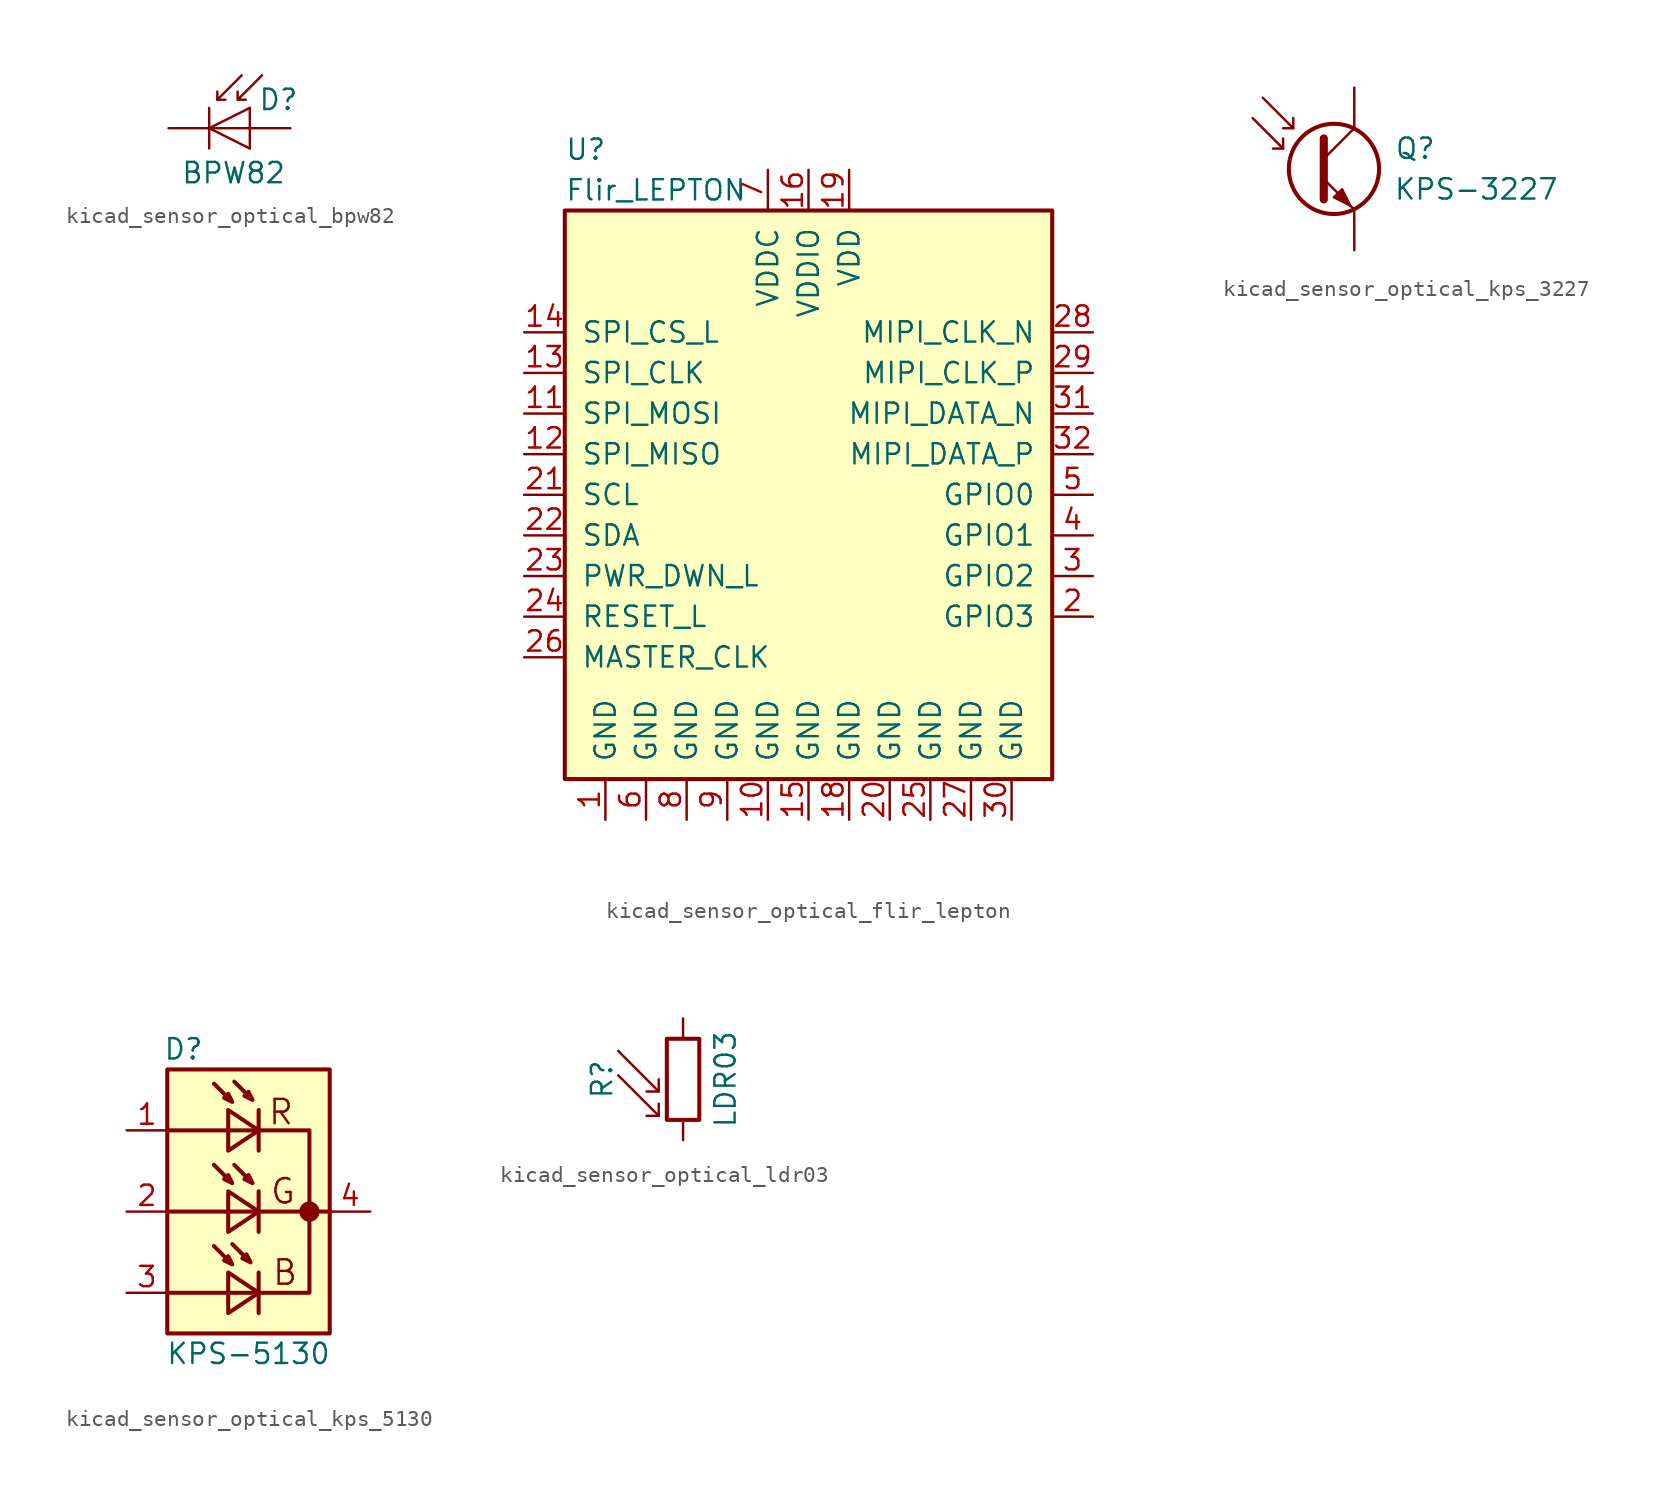
<source format=kicad_sym>
(kicad_symbol_lib
  (version 20220914)
  (generator kicad_symbol_editor)
  (symbol "kicad_sensor_optical_bpw82"
    (pin_numbers hide)
    (pin_names hide)
    (property "Reference" "D"
      (at 0.508 1.778 0)
      (effects (font (size 1.27 1.27)) (justify left)))
    (property "Value" "BPW82"
      (at -1.016 -2.794 0)
      (effects (font (size 1.27 1.27))))
    (symbol "kicad_sensor_optical_bpw82_0_1"
      (polyline (pts (xy -2.54 1.27) (xy -2.54 -1.27)) (stroke (width 0.152) (type default)) (fill (type none)))
      (polyline (pts (xy -2.032 1.778) (xy -1.524 1.778)) (stroke (width 0) (type default)) (fill (type none)))
      (polyline (pts (xy 0 0) (xy -2.54 0)) (stroke (width 0) (type default)) (fill (type none)))
      (polyline (pts (xy 0 1.27) (xy 0 -1.27)) (stroke (width 0) (type default)) (fill (type none)))
      (polyline (pts (xy -0.508 3.302) (xy -2.032 1.778) (xy -2.032 2.286)) (stroke (width 0) (type default)) (fill (type none)))
      (polyline (pts (xy 0 1.27) (xy -2.54 0) (xy 0 -1.27)) (stroke (width 0) (type default)) (fill (type none)))
      (polyline (pts (xy 0.762 3.302) (xy -0.762 1.778) (xy -0.762 2.286) (xy -0.762 1.778) (xy -0.254 1.778)) (stroke (width 0) (type default)) (fill (type none))))
    (symbol "kicad_sensor_optical_bpw82_1_1"
      (pin passive line (at -5.08 0 0) (length 2.54) (name "K" (effects (font (size 1.27 1.27)))) (number "1" (effects (font (size 1.27 1.27)))))
      (pin passive line (at 2.54 0 180) (length 2.54) (name "A" (effects (font (size 1.27 1.27)))) (number "2" (effects (font (size 1.27 1.27)))))))
  (symbol "kicad_sensor_optical_flir_lepton"
    (pin_names
      (offset 1.016))
    (property "Reference" "U"
      (at -15.24 21.59 0)
      (effects (font (size 1.27 1.27)) (justify left)))
    (property "Value" "Flir_LEPTON"
      (at -15.24 19.05 0)
      (effects (font (size 1.27 1.27)) (justify left)))
    (symbol "kicad_sensor_optical_flir_lepton_0_1"
      (rectangle (start -15.24 17.78) (end 15.24 -17.78) (stroke (width 0.254) (type default)) (fill (type background))))
    (symbol "kicad_sensor_optical_flir_lepton_1_1"
      (pin power_in line (at -12.7 -20.32 90) (length 2.54) (name "GND" (effects (font (size 1.27 1.27)))) (number "1" (effects (font (size 1.27 1.27)))))
      (pin power_in line (at -2.54 -20.32 90) (length 2.54) (name "GND" (effects (font (size 1.27 1.27)))) (number "10" (effects (font (size 1.27 1.27)))))
      (pin input line (at -17.78 5.08 0) (length 2.54) (name "SPI_MOSI" (effects (font (size 1.27 1.27)))) (number "11" (effects (font (size 1.27 1.27)))))
      (pin output line (at -17.78 2.54 0) (length 2.54) (name "SPI_MISO" (effects (font (size 1.27 1.27)))) (number "12" (effects (font (size 1.27 1.27)))))
      (pin input line (at -17.78 7.62 0) (length 2.54) (name "SPI_CLK" (effects (font (size 1.27 1.27)))) (number "13" (effects (font (size 1.27 1.27)))))
      (pin input line (at -17.78 10.16 0) (length 2.54) (name "SPI_CS_L" (effects (font (size 1.27 1.27)))) (number "14" (effects (font (size 1.27 1.27)))))
      (pin power_in line (at 0 -20.32 90) (length 2.54) (name "GND" (effects (font (size 1.27 1.27)))) (number "15" (effects (font (size 1.27 1.27)))))
      (pin power_in line (at 0 20.32 270) (length 2.54) (name "VDDIO" (effects (font (size 1.27 1.27)))) (number "16" (effects (font (size 1.27 1.27)))))
      (pin no_connect line (at 15.24 -10.16 180) (length 2.54) hide (name "NC" (effects (font (size 1.27 1.27)))) (number "17" (effects (font (size 1.27 1.27)))))
      (pin power_in line (at 2.54 -20.32 90) (length 2.54) (name "GND" (effects (font (size 1.27 1.27)))) (number "18" (effects (font (size 1.27 1.27)))))
      (pin power_in line (at 2.54 20.32 270) (length 2.54) (name "VDD" (effects (font (size 1.27 1.27)))) (number "19" (effects (font (size 1.27 1.27)))))
      (pin bidirectional line (at 17.78 -7.62 180) (length 2.54) (name "GPIO3" (effects (font (size 1.27 1.27)))) (number "2" (effects (font (size 1.27 1.27)))))
      (pin power_in line (at 5.08 -20.32 90) (length 2.54) (name "GND" (effects (font (size 1.27 1.27)))) (number "20" (effects (font (size 1.27 1.27)))))
      (pin input line (at -17.78 0 0) (length 2.54) (name "SCL" (effects (font (size 1.27 1.27)))) (number "21" (effects (font (size 1.27 1.27)))))
      (pin bidirectional line (at -17.78 -2.54 0) (length 2.54) (name "SDA" (effects (font (size 1.27 1.27)))) (number "22" (effects (font (size 1.27 1.27)))))
      (pin input line (at -17.78 -5.08 0) (length 2.54) (name "PWR_DWN_L" (effects (font (size 1.27 1.27)))) (number "23" (effects (font (size 1.27 1.27)))))
      (pin input line (at -17.78 -7.62 0) (length 2.54) (name "RESET_L" (effects (font (size 1.27 1.27)))) (number "24" (effects (font (size 1.27 1.27)))))
      (pin power_in line (at 7.62 -20.32 90) (length 2.54) (name "GND" (effects (font (size 1.27 1.27)))) (number "25" (effects (font (size 1.27 1.27)))))
      (pin input line (at -17.78 -10.16 0) (length 2.54) (name "MASTER_CLK" (effects (font (size 1.27 1.27)))) (number "26" (effects (font (size 1.27 1.27)))))
      (pin power_in line (at 10.16 -20.32 90) (length 2.54) (name "GND" (effects (font (size 1.27 1.27)))) (number "27" (effects (font (size 1.27 1.27)))))
      (pin output line (at 17.78 10.16 180) (length 2.54) (name "MIPI_CLK_N" (effects (font (size 1.27 1.27)))) (number "28" (effects (font (size 1.27 1.27)))))
      (pin output line (at 17.78 7.62 180) (length 2.54) (name "MIPI_CLK_P" (effects (font (size 1.27 1.27)))) (number "29" (effects (font (size 1.27 1.27)))))
      (pin bidirectional line (at 17.78 -5.08 180) (length 2.54) (name "GPIO2" (effects (font (size 1.27 1.27)))) (number "3" (effects (font (size 1.27 1.27)))))
      (pin power_in line (at 12.7 -20.32 90) (length 2.54) (name "GND" (effects (font (size 1.27 1.27)))) (number "30" (effects (font (size 1.27 1.27)))))
      (pin output line (at 17.78 5.08 180) (length 2.54) (name "MIPI_DATA_N" (effects (font (size 1.27 1.27)))) (number "31" (effects (font (size 1.27 1.27)))))
      (pin output line (at 17.78 2.54 180) (length 2.54) (name "MIPI_DATA_P" (effects (font (size 1.27 1.27)))) (number "32" (effects (font (size 1.27 1.27)))))
      (pin bidirectional line (at 17.78 -2.54 180) (length 2.54) (name "GPIO1" (effects (font (size 1.27 1.27)))) (number "4" (effects (font (size 1.27 1.27)))))
      (pin bidirectional line (at 17.78 0 180) (length 2.54) (name "GPIO0" (effects (font (size 1.27 1.27)))) (number "5" (effects (font (size 1.27 1.27)))))
      (pin power_in line (at -10.16 -20.32 90) (length 2.54) (name "GND" (effects (font (size 1.27 1.27)))) (number "6" (effects (font (size 1.27 1.27)))))
      (pin power_in line (at -2.54 20.32 270) (length 2.54) (name "VDDC" (effects (font (size 1.27 1.27)))) (number "7" (effects (font (size 1.27 1.27)))))
      (pin power_in line (at -7.62 -20.32 90) (length 2.54) (name "GND" (effects (font (size 1.27 1.27)))) (number "8" (effects (font (size 1.27 1.27)))))
      (pin power_in line (at -5.08 -20.32 90) (length 2.54) (name "GND" (effects (font (size 1.27 1.27)))) (number "9" (effects (font (size 1.27 1.27)))))))
  (symbol "kicad_sensor_optical_kps_3227"
    (pin_numbers hide)
    (property "Reference" "Q"
      (at 3.81 1.27 0)
      (effects (font (size 1.27 1.27))))
    (property "Value" "KPS-3227"
      (at 7.62 -1.27 0)
      (effects (font (size 1.27 1.27))))
    (symbol "kicad_sensor_optical_kps_3227_1_1"
      (circle (center -1.27 0) (radius 2.819) (stroke (width 0.254) (type default)) (fill (type none)))
      (polyline (pts (xy -4.445 1.27) (xy -5.08 1.27)) (stroke (width 0) (type default)) (fill (type none)))
      (polyline (pts (xy -3.81 2.54) (xy -4.445 2.54)) (stroke (width 0) (type default)) (fill (type none)))
      (polyline (pts (xy -1.905 0.635) (xy 0 2.54)) (stroke (width 0) (type default)) (fill (type none)))
      (polyline (pts (xy -6.35 3.175) (xy -4.445 1.27) (xy -4.445 1.905)) (stroke (width 0) (type default)) (fill (type none)))
      (polyline (pts (xy -5.715 4.445) (xy -3.81 2.54) (xy -3.81 3.175)) (stroke (width 0) (type default)) (fill (type none)))
      (polyline (pts (xy -1.905 -0.635) (xy 0 -2.54) (xy 0 -2.54)) (stroke (width 0) (type default)) (fill (type none)))
      (polyline (pts (xy -1.905 1.905) (xy -1.905 -1.905) (xy -1.905 -1.905)) (stroke (width 0.508) (type default)) (fill (type none)))
      (polyline (pts (xy -1.27 -1.778) (xy -0.762 -1.27) (xy -0.254 -2.286) (xy -1.27 -1.778) (xy -1.27 -1.778)) (stroke (width 0) (type default)) (fill (type outline)))
      (pin passive line (at 0 5.08 270) (length 2.54) (name "~" (effects (font (size 1.27 1.27)))) (number "1" (effects (font (size 1.27 1.27)))))
      (pin passive line (at 0 -5.08 90) (length 2.54) (name "~" (effects (font (size 1.27 1.27)))) (number "2" (effects (font (size 1.27 1.27)))))
      (pin passive line (at 0 5.08 270) (length 2.54) hide (name "~" (effects (font (size 1.27 1.27)))) (number "3" (effects (font (size 1.27 1.27)))))
      (pin passive line (at 0 -5.08 90) (length 2.54) hide (name "~" (effects (font (size 1.27 1.27)))) (number "4" (effects (font (size 1.27 1.27)))))))
  (symbol "kicad_sensor_optical_kps_5130"
    (pin_names hide)
    (property "Reference" "D"
      (at -4.064 10.16 0)
      (effects (font (size 1.27 1.27))))
    (property "Value" "KPS-5130"
      (at 0 -8.89 0)
      (effects (font (size 1.27 1.27))))
    (symbol "kicad_sensor_optical_kps_5130_0_0"
      (text "B" (at 2.286 -3.81 0) (effects (font (size 1.524 1.524))))
      (text "G" (at 2.159 1.27 0) (effects (font (size 1.524 1.524))))
      (text "R" (at 2.032 6.223 0) (effects (font (size 1.524 1.524)))))
    (symbol "kicad_sensor_optical_kps_5130_0_1"
      (polyline (pts (xy 5.08 0) (xy -5.08 0)) (stroke (width 0.254) (type default)) (fill (type none)))
      (polyline (pts (xy -5.08 5.08) (xy 3.81 5.08) (xy 3.81 -5.08) (xy -5.08 -5.08)) (stroke (width 0.254) (type default)) (fill (type none)))
      (polyline (pts (xy -2.159 -2.159) (xy -1.016 -3.302) (xy -1.27 -2.794) (xy -1.524 -3.048) (xy -1.016 -3.302)) (stroke (width 0.254) (type default)) (fill (type none)))
      (polyline (pts (xy -2.159 2.921) (xy -1.016 1.778) (xy -1.27 2.286) (xy -1.524 2.032) (xy -1.016 1.778)) (stroke (width 0.254) (type default)) (fill (type none)))
      (polyline (pts (xy -2.159 8.001) (xy -1.016 6.858) (xy -1.27 7.366) (xy -1.524 7.112) (xy -1.016 6.858)) (stroke (width 0.254) (type default)) (fill (type none)))
      (polyline (pts (xy -1.016 -2.032) (xy 0.127 -3.175) (xy -0.127 -2.667) (xy -0.381 -2.921) (xy 0.127 -3.175)) (stroke (width 0.254) (type default)) (fill (type none)))
      (polyline (pts (xy -0.889 2.921) (xy 0.254 1.778) (xy 0 2.286) (xy -0.254 2.032) (xy 0.254 1.778)) (stroke (width 0.254) (type default)) (fill (type none)))
      (polyline (pts (xy -0.889 8.128) (xy 0.254 6.985) (xy 0 7.493) (xy -0.254 7.239) (xy 0.254 6.985)) (stroke (width 0.254) (type default)) (fill (type none)))
      (polyline (pts (xy 0.635 -3.81) (xy 0.635 -6.35) (xy 0.635 -5.08) (xy -1.27 -3.81) (xy -1.27 -6.35) (xy 0.635 -5.08)) (stroke (width 0.254) (type default)) (fill (type none)))
      (polyline (pts (xy 0.635 1.27) (xy 0.635 -1.27) (xy 0.635 0) (xy -1.27 1.27) (xy -1.27 -1.27) (xy 0.635 0)) (stroke (width 0.254) (type default)) (fill (type none)))
      (polyline (pts (xy 0.635 6.35) (xy 0.635 3.81) (xy 0.635 5.08) (xy -1.27 6.35) (xy -1.27 3.81) (xy 0.635 5.08)) (stroke (width 0.254) (type default)) (fill (type none)))
      (circle (center 3.81 0) (radius 0.508) (stroke (width 0.254) (type default)) (fill (type outline))))
    (symbol "kicad_sensor_optical_kps_5130_1_1"
      (rectangle (start 5.08 8.89) (end -5.08 -7.62) (stroke (width 0.254) (type default)) (fill (type background)))
      (pin passive line (at -7.62 5.08 0) (length 2.54) (name "AR" (effects (font (size 1.27 1.27)))) (number "1" (effects (font (size 1.27 1.27)))))
      (pin passive line (at -7.62 0 0) (length 2.54) (name "AG" (effects (font (size 1.27 1.27)))) (number "2" (effects (font (size 1.27 1.27)))))
      (pin passive line (at -7.62 -5.08 0) (length 2.54) (name "AB" (effects (font (size 1.27 1.27)))) (number "3" (effects (font (size 1.27 1.27)))))
      (pin passive line (at 7.62 0 180) (length 2.54) (name "C" (effects (font (size 1.27 1.27)))) (number "4" (effects (font (size 1.27 1.27)))))))
  (symbol "kicad_sensor_optical_ldr03"
    (pin_numbers hide)
    (pin_names
      (offset 0))
    (property "Reference" "R"
      (at -5.08 0 90)
      (effects (font (size 1.27 1.27))))
    (property "Value" "LDR03"
      (at 1.905 0 90)
      (effects (font (size 1.27 1.27)) (justify top)))
    (symbol "kicad_sensor_optical_ldr03_0_1"
      (rectangle (start -1.016 2.54) (end 1.016 -2.54) (stroke (width 0.254) (type default)) (fill (type none)))
      (polyline (pts (xy -1.524 -2.286) (xy -4.064 0.254)) (stroke (width 0) (type default)) (fill (type none)))
      (polyline (pts (xy -1.524 -2.286) (xy -2.286 -2.286)) (stroke (width 0) (type default)) (fill (type none)))
      (polyline (pts (xy -1.524 -2.286) (xy -1.524 -1.524)) (stroke (width 0) (type default)) (fill (type none)))
      (polyline (pts (xy -1.524 -0.762) (xy -4.064 1.778)) (stroke (width 0) (type default)) (fill (type none)))
      (polyline (pts (xy -1.524 -0.762) (xy -2.286 -0.762)) (stroke (width 0) (type default)) (fill (type none)))
      (polyline (pts (xy -1.524 -0.762) (xy -1.524 0)) (stroke (width 0) (type default)) (fill (type none))))
    (symbol "kicad_sensor_optical_ldr03_1_1"
      (pin passive line (at 0 3.81 270) (length 1.27) (name "~" (effects (font (size 1.27 1.27)))) (number "1" (effects (font (size 1.27 1.27)))))
      (pin passive line (at 0 -3.81 90) (length 1.27) (name "~" (effects (font (size 1.27 1.27)))) (number "2" (effects (font (size 1.27 1.27))))))))
</source>
